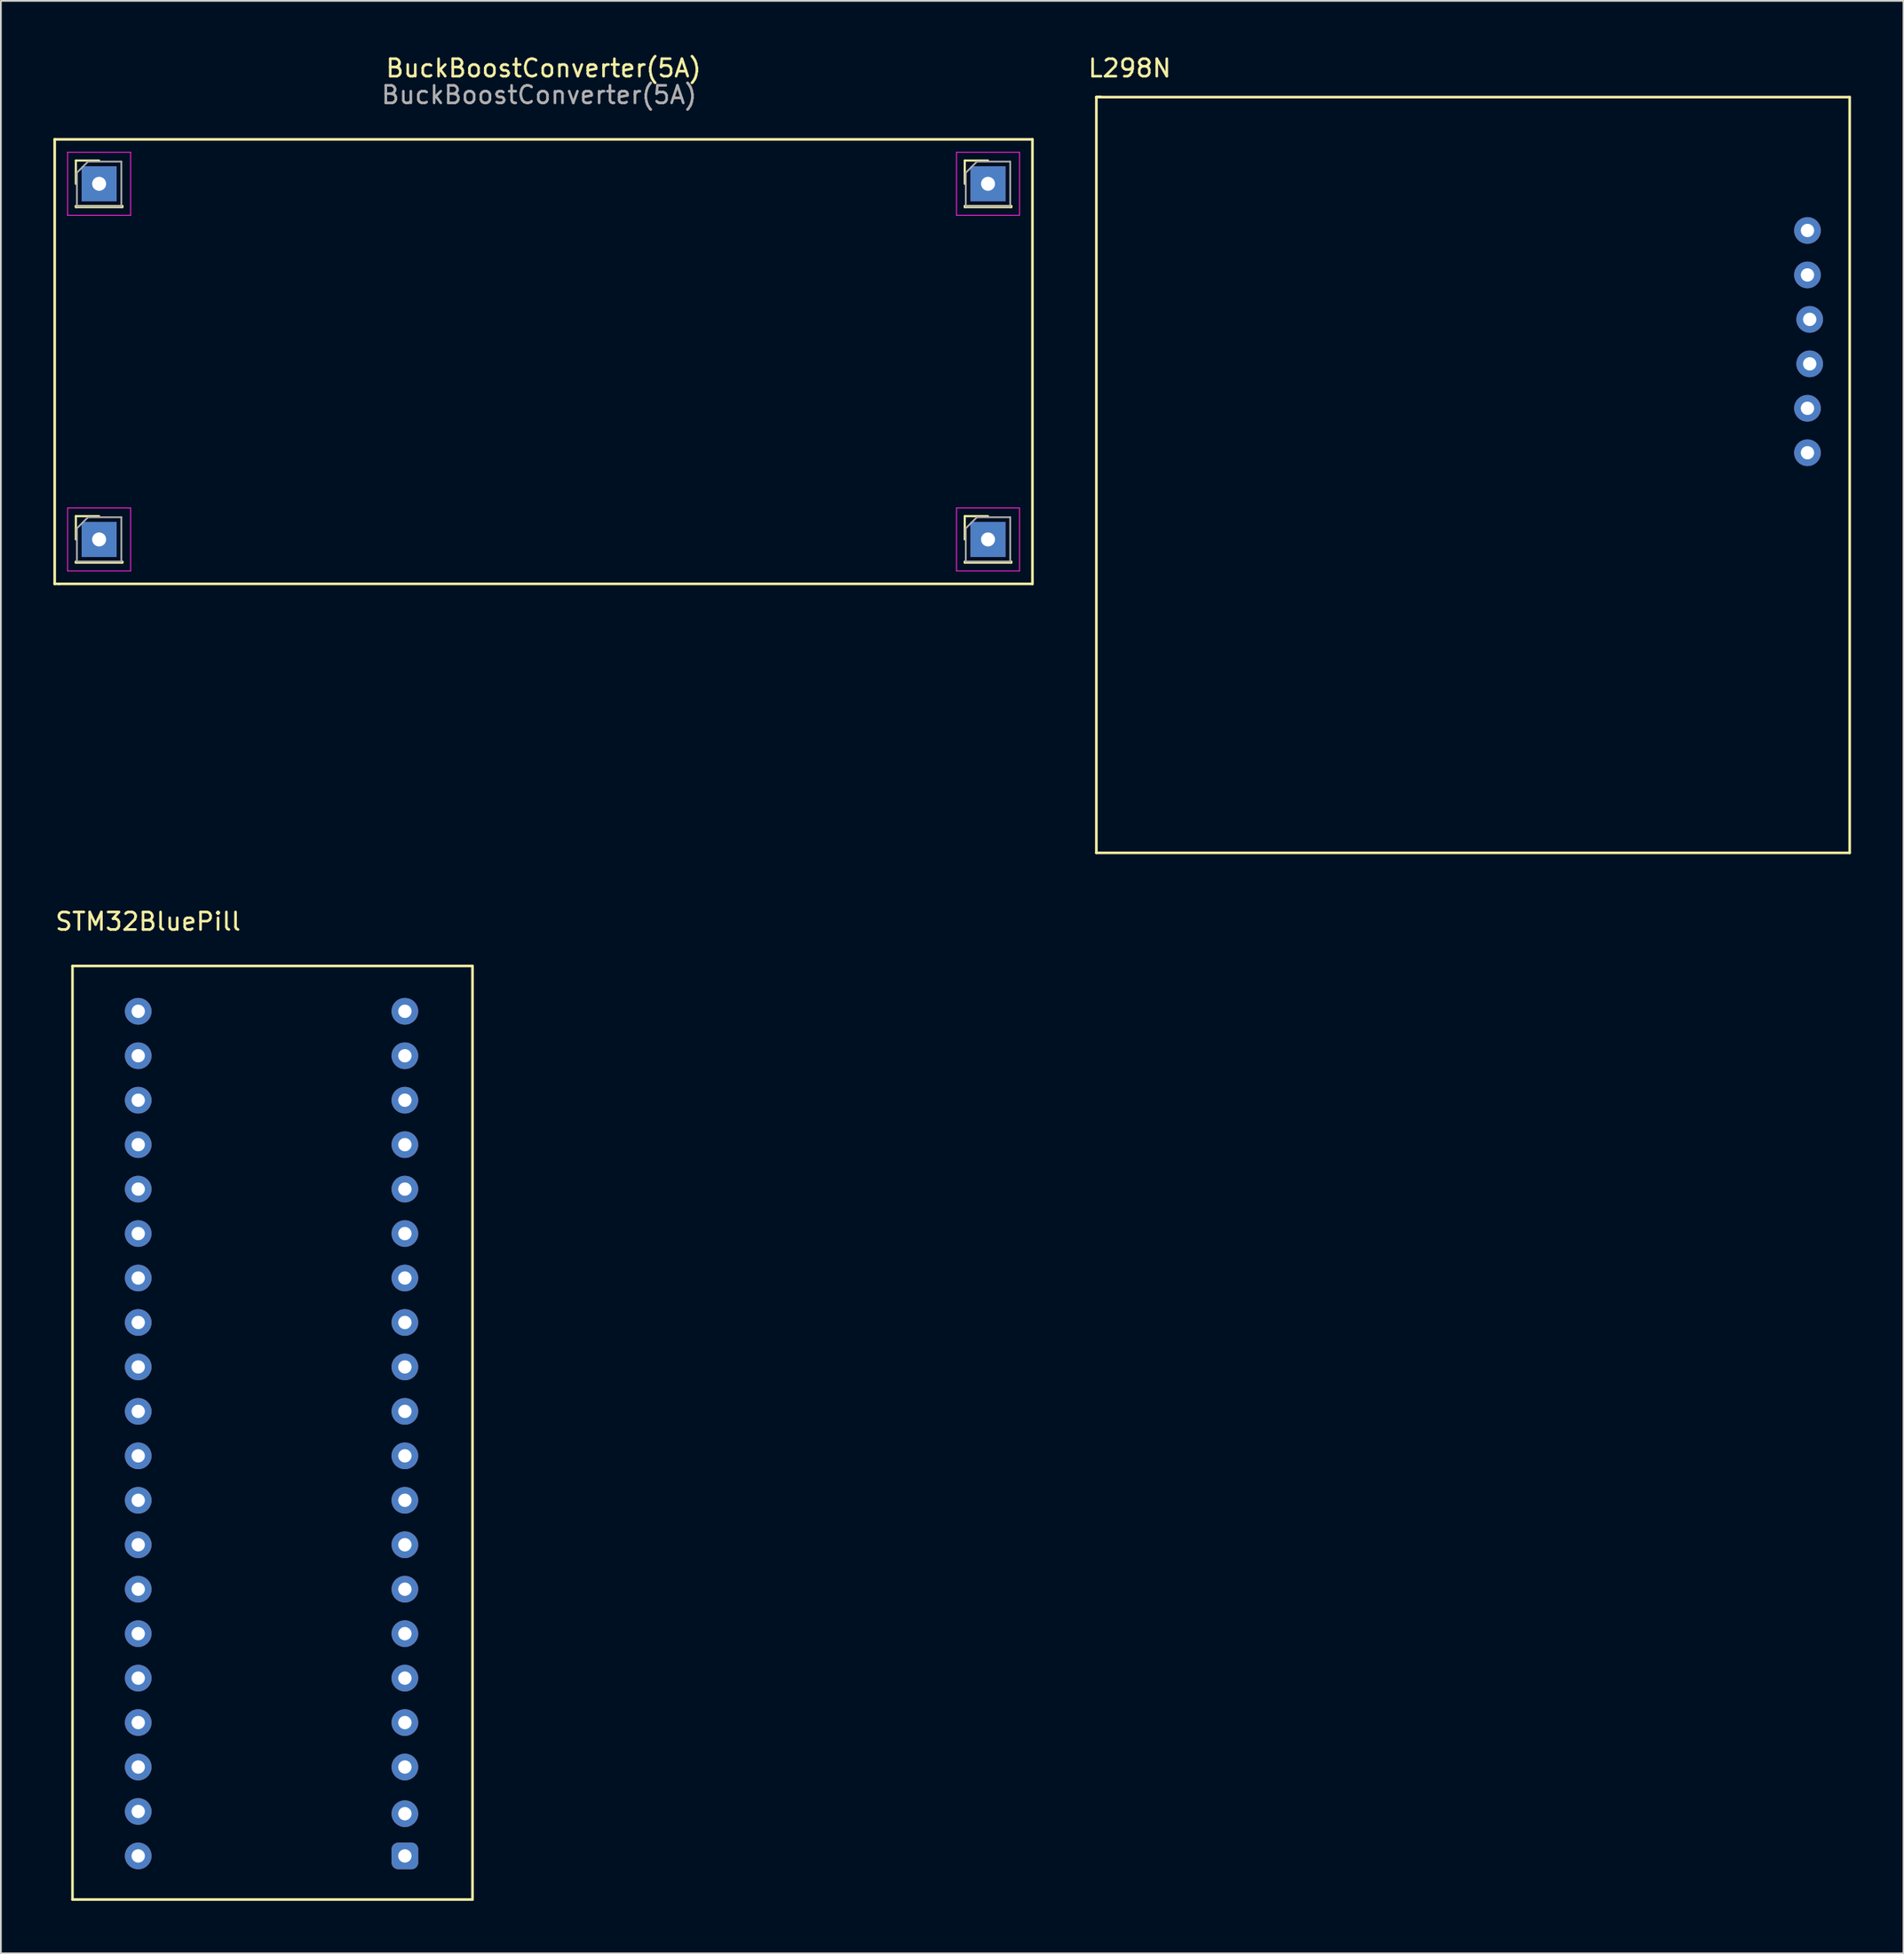
<source format=kicad_pcb>
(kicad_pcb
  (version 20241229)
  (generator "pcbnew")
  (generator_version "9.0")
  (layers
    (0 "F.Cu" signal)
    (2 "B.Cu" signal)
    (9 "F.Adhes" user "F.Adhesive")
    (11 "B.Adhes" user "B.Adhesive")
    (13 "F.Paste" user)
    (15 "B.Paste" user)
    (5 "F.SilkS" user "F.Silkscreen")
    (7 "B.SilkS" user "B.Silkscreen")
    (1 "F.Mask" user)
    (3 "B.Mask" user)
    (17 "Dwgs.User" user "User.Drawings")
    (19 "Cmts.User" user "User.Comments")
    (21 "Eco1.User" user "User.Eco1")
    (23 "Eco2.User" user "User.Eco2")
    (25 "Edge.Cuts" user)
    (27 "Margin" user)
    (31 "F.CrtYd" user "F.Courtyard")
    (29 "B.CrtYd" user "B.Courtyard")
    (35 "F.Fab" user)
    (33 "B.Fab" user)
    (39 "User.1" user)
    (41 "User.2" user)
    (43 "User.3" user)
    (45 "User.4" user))
  (footprint "STM32BluePill"
    (layer "F.Cu")
    (at 12.269 77.543)
    (property "Reference" "STM32BluePill" (at -6.858 -27.94 180) (layer "F.SilkS") (effects (font (size 1 1) (thickness 0.15))))
    (attr through_hole)
    (fp_line (start -11.176 -25.4) (end -11.176 27.94) (stroke (width 0.15) (type solid)) (layer "F.SilkS"))
    (fp_line (start 11.684 -25.4) (end -11.176 -25.4) (stroke (width 0.15) (type solid)) (layer "F.SilkS"))
    (fp_line (start 11.684 27.94) (end -11.176 27.94) (stroke (width 0.15) (type solid)) (layer "F.SilkS"))
    (fp_line (start 11.684 27.94) (end 11.684 -25.4) (stroke (width 0.15) (type solid)) (layer "F.SilkS"))
    (pad "1" thru_hole roundrect (at 7.82 25.45 90) (size 1.524 1.524) (drill 0.762) (layers "*.Cu" "*.Mask") (roundrect_rratio 0.25))
    (pad "2" thru_hole circle (at 7.82 23.037 90) (size 1.524 1.524) (drill 0.762) (layers "*.Cu" "*.Mask"))
    (pad "3" thru_hole circle (at 7.82 20.37 90) (size 1.524 1.524) (drill 0.762) (layers "*.Cu" "*.Mask"))
    (pad "3V3" thru_hole circle (at -7.42 25.45 90) (size 1.524 1.524) (drill 0.762) (layers "*.Cu" "*.Mask"))
    (pad "3V3" thru_hole circle (at 7.82 -17.73 90) (size 1.524 1.524) (drill 0.762) (layers "*.Cu" "*.Mask"))
    (pad "4" thru_hole circle (at 7.82 17.83 90) (size 1.524 1.524) (drill 0.762) (layers "*.Cu" "*.Mask"))
    (pad "5V" thru_hole circle (at -7.42 20.37 90) (size 1.524 1.524) (drill 0.762) (layers "*.Cu" "*.Mask"))
    (pad "7" thru_hole circle (at 7.82 -15.19 90) (size 1.524 1.524) (drill 0.762) (layers "*.Cu" "*.Mask"))
    (pad "10" thru_hole circle (at 7.82 15.29 90) (size 1.524 1.524) (drill 0.762) (layers "*.Cu" "*.Mask"))
    (pad "11" thru_hole circle (at 7.82 12.75 90) (size 1.524 1.524) (drill 0.762) (layers "*.Cu" "*.Mask"))
    (pad "12" thru_hole circle (at 7.82 10.21 90) (size 1.524 1.524) (drill 0.762) (layers "*.Cu" "*.Mask"))
    (pad "13" thru_hole circle (at 7.82 7.67 90) (size 1.524 1.524) (drill 0.762) (layers "*.Cu" "*.Mask"))
    (pad "14" thru_hole circle (at 7.82 5.13 90) (size 1.524 1.524) (drill 0.762) (layers "*.Cu" "*.Mask"))
    (pad "15" thru_hole circle (at 7.82 2.59 90) (size 1.524 1.524) (drill 0.762) (layers "*.Cu" "*.Mask"))
    (pad "16" thru_hole circle (at 7.82 0.05 90) (size 1.524 1.524) (drill 0.762) (layers "*.Cu" "*.Mask"))
    (pad "17" thru_hole circle (at 7.82 -2.49 90) (size 1.524 1.524) (drill 0.762) (layers "*.Cu" "*.Mask"))
    (pad "18" thru_hole circle (at 7.82 -5.03 90) (size 1.524 1.524) (drill 0.762) (layers "*.Cu" "*.Mask"))
    (pad "19" thru_hole circle (at 7.82 -7.57 90) (size 1.524 1.524) (drill 0.762) (layers "*.Cu" "*.Mask"))
    (pad "21" thru_hole circle (at 7.82 -10.11 90) (size 1.524 1.524) (drill 0.762) (layers "*.Cu" "*.Mask"))
    (pad "22" thru_hole circle (at 7.82 -12.65 90) (size 1.524 1.524) (drill 0.762) (layers "*.Cu" "*.Mask"))
    (pad "25" thru_hole circle (at -7.42 -22.81 90) (size 1.524 1.524) (drill 0.762) (layers "*.Cu" "*.Mask"))
    (pad "26" thru_hole circle (at -7.42 -20.27 90) (size 1.524 1.524) (drill 0.762) (layers "*.Cu" "*.Mask"))
    (pad "27" thru_hole circle (at -7.42 -17.73 90) (size 1.524 1.524) (drill 0.762) (layers "*.Cu" "*.Mask"))
    (pad "28" thru_hole circle (at -7.42 -15.19 90) (size 1.524 1.524) (drill 0.762) (layers "*.Cu" "*.Mask"))
    (pad "29" thru_hole circle (at -7.42 -12.65 90) (size 1.524 1.524) (drill 0.762) (layers "*.Cu" "*.Mask"))
    (pad "30" thru_hole circle (at -7.42 -10.11 90) (size 1.524 1.524) (drill 0.762) (layers "*.Cu" "*.Mask"))
    (pad "31" thru_hole circle (at -7.42 -7.57 90) (size 1.524 1.524) (drill 0.762) (layers "*.Cu" "*.Mask"))
    (pad "32" thru_hole circle (at -7.42 -5.03 90) (size 1.524 1.524) (drill 0.762) (layers "*.Cu" "*.Mask"))
    (pad "33" thru_hole circle (at -7.42 -2.49 90) (size 1.524 1.524) (drill 0.762) (layers "*.Cu" "*.Mask"))
    (pad "38" thru_hole circle (at -7.42 0.05 90) (size 1.524 1.524) (drill 0.762) (layers "*.Cu" "*.Mask"))
    (pad "39" thru_hole circle (at -7.42 2.59 90) (size 1.524 1.524) (drill 0.762) (layers "*.Cu" "*.Mask"))
    (pad "40" thru_hole circle (at -7.42 5.13 90) (size 1.524 1.524) (drill 0.762) (layers "*.Cu" "*.Mask"))
    (pad "41" thru_hole circle (at -7.42 7.67 90) (size 1.524 1.524) (drill 0.762) (layers "*.Cu" "*.Mask"))
    (pad "42" thru_hole circle (at -7.42 10.21 90) (size 1.524 1.524) (drill 0.762) (layers "*.Cu" "*.Mask"))
    (pad "43" thru_hole circle (at -7.42 12.75 90) (size 1.524 1.524) (drill 0.762) (layers "*.Cu" "*.Mask"))
    (pad "45" thru_hole circle (at -7.42 15.29 90) (size 1.524 1.524) (drill 0.762) (layers "*.Cu" "*.Mask"))
    (pad "46" thru_hole circle (at -7.42 17.83 90) (size 1.524 1.524) (drill 0.762) (layers "*.Cu" "*.Mask"))
    (pad "GND" thru_hole circle (at -7.42 22.91 90) (size 1.524 1.524) (drill 0.762) (layers "*.Cu" "*.Mask"))
    (pad "GND" thru_hole circle (at 7.82 -22.81 90) (size 1.524 1.524) (drill 0.762) (layers "*.Cu" "*.Mask"))
    (pad "GND" thru_hole circle (at 7.82 -20.27 90) (size 1.524 1.524) (drill 0.762) (layers "*.Cu" "*.Mask")))
  (footprint "L298N"
    (layer "F.Cu")
    (at 91.357 16.469)
    (property "Reference" "L298N" (at -29.845 -15.621 0) (layer "F.SilkS") (effects (font (size 1 1) (thickness 0.15))))
    (attr through_hole)
    (fp_line (start -31.75 -13.97) (end -31.75 29.21) (stroke (width 0.15) (type solid)) (layer "F.SilkS"))
    (fp_line (start -31.75 -13.97) (end -31.496 -13.97) (stroke (width 0.15) (type solid)) (layer "F.SilkS"))
    (fp_line (start -31.75 29.21) (end 11.303 29.21) (stroke (width 0.15) (type solid)) (layer "F.SilkS"))
    (fp_line (start -31.496 -13.97) (end -31.75 -13.97) (stroke (width 0.15) (type solid)) (layer "F.SilkS"))
    (fp_line (start 11.3 -13.97) (end -31.623 -13.97) (stroke (width 0.15) (type solid)) (layer "F.SilkS"))
    (fp_line (start 11.303 29.21) (end 11.303 -13.97) (stroke (width 0.15) (type solid)) (layer "F.SilkS"))
    (pad "1" thru_hole circle (at 8.89 -6.35) (size 1.524 1.524) (drill 0.762) (layers "*.Cu" "*.Mask"))
    (pad "2" thru_hole circle (at 8.89 -3.81) (size 1.524 1.524) (drill 0.762) (layers "*.Cu" "*.Mask"))
    (pad "3" thru_hole circle (at 9.017 -1.27) (size 1.524 1.524) (drill 0.762) (layers "*.Cu" "*.Mask"))
    (pad "4" thru_hole circle (at 9.017 1.27) (size 1.524 1.524) (drill 0.762) (layers "*.Cu" "*.Mask"))
    (pad "5" thru_hole circle (at 8.89 3.81) (size 1.524 1.524) (drill 0.762) (layers "*.Cu" "*.Mask"))
    (pad "6" thru_hole circle (at 8.89 6.35) (size 1.524 1.524) (drill 0.762) (layers "*.Cu" "*.Mask")))
  (footprint "BuckBoostConverter(5A)"
    (layer "F.Cu")
    (at 28.015 17.104)
    (property "Reference" "BuckBoostConverter(5A)" (at 0 -16.256 0) (layer "F.SilkS") (effects (font (size 1 1) (thickness 0.15))))
    (attr through_hole)
    (fp_line (start -27.94 -12.192) (end 27.94 -12.192) (stroke (width 0.15) (type solid)) (layer "F.SilkS"))
    (fp_line (start -27.94 13.208) (end -27.94 -12.192) (stroke (width 0.15) (type solid)) (layer "F.SilkS"))
    (fp_line (start -27.686 13.208) (end -27.94 13.208) (stroke (width 0.15) (type solid)) (layer "F.SilkS"))
    (fp_line (start -26.73 -10.982) (end -25.4 -10.982) (stroke (width 0.12) (type solid)) (layer "F.SilkS"))
    (fp_line (start -26.73 -9.652) (end -26.73 -10.982) (stroke (width 0.12) (type solid)) (layer "F.SilkS"))
    (fp_line (start -26.73 -8.382) (end -26.73 -8.322) (stroke (width 0.12) (type solid)) (layer "F.SilkS"))
    (fp_line (start -26.73 -8.382) (end -24.07 -8.382) (stroke (width 0.12) (type solid)) (layer "F.SilkS"))
    (fp_line (start -26.73 -8.322) (end -24.07 -8.322) (stroke (width 0.12) (type solid)) (layer "F.SilkS"))
    (fp_line (start -26.73 9.338) (end -25.4 9.338) (stroke (width 0.12) (type solid)) (layer "F.SilkS"))
    (fp_line (start -26.73 10.668) (end -26.73 9.338) (stroke (width 0.12) (type solid)) (layer "F.SilkS"))
    (fp_line (start -26.73 11.938) (end -26.73 11.998) (stroke (width 0.12) (type solid)) (layer "F.SilkS"))
    (fp_line (start -26.73 11.938) (end -24.07 11.938) (stroke (width 0.12) (type solid)) (layer "F.SilkS"))
    (fp_line (start -26.73 11.998) (end -24.07 11.998) (stroke (width 0.12) (type solid)) (layer "F.SilkS"))
    (fp_line (start -24.07 -8.382) (end -24.07 -8.322) (stroke (width 0.12) (type solid)) (layer "F.SilkS"))
    (fp_line (start -24.07 11.938) (end -24.07 11.998) (stroke (width 0.12) (type solid)) (layer "F.SilkS"))
    (fp_line (start 24.07 -10.982) (end 25.4 -10.982) (stroke (width 0.12) (type solid)) (layer "F.SilkS"))
    (fp_line (start 24.07 -9.652) (end 24.07 -10.982) (stroke (width 0.12) (type solid)) (layer "F.SilkS"))
    (fp_line (start 24.07 -8.382) (end 24.07 -8.322) (stroke (width 0.12) (type solid)) (layer "F.SilkS"))
    (fp_line (start 24.07 -8.382) (end 26.73 -8.382) (stroke (width 0.12) (type solid)) (layer "F.SilkS"))
    (fp_line (start 24.07 -8.322) (end 26.73 -8.322) (stroke (width 0.12) (type solid)) (layer "F.SilkS"))
    (fp_line (start 24.07 9.338) (end 25.4 9.338) (stroke (width 0.12) (type solid)) (layer "F.SilkS"))
    (fp_line (start 24.07 10.668) (end 24.07 9.338) (stroke (width 0.12) (type solid)) (layer "F.SilkS"))
    (fp_line (start 24.07 11.938) (end 24.07 11.998) (stroke (width 0.12) (type solid)) (layer "F.SilkS"))
    (fp_line (start 24.07 11.938) (end 26.73 11.938) (stroke (width 0.12) (type solid)) (layer "F.SilkS"))
    (fp_line (start 24.07 11.998) (end 26.73 11.998) (stroke (width 0.12) (type solid)) (layer "F.SilkS"))
    (fp_line (start 26.73 -8.382) (end 26.73 -8.322) (stroke (width 0.12) (type solid)) (layer "F.SilkS"))
    (fp_line (start 26.73 11.938) (end 26.73 11.998) (stroke (width 0.12) (type solid)) (layer "F.SilkS"))
    (fp_line (start 27.94 -12.192) (end 27.94 13.208) (stroke (width 0.15) (type solid)) (layer "F.SilkS"))
    (fp_line (start 27.94 13.208) (end -27.686 13.208) (stroke (width 0.15) (type solid)) (layer "F.SilkS"))
    (fp_line (start -27.2 -11.452) (end -27.2 -7.852) (stroke (width 0.05) (type solid)) (layer "F.CrtYd"))
    (fp_line (start -27.2 -7.852) (end -23.6 -7.852) (stroke (width 0.05) (type solid)) (layer "F.CrtYd"))
    (fp_line (start -27.2 8.868) (end -27.2 12.468) (stroke (width 0.05) (type solid)) (layer "F.CrtYd"))
    (fp_line (start -27.2 12.468) (end -23.6 12.468) (stroke (width 0.05) (type solid)) (layer "F.CrtYd"))
    (fp_line (start -23.6 -11.452) (end -27.2 -11.452) (stroke (width 0.05) (type solid)) (layer "F.CrtYd"))
    (fp_line (start -23.6 -7.852) (end -23.6 -11.452) (stroke (width 0.05) (type solid)) (layer "F.CrtYd"))
    (fp_line (start -23.6 8.868) (end -27.2 8.868) (stroke (width 0.05) (type solid)) (layer "F.CrtYd"))
    (fp_line (start -23.6 12.468) (end -23.6 8.868) (stroke (width 0.05) (type solid)) (layer "F.CrtYd"))
    (fp_line (start 23.6 -11.452) (end 23.6 -7.852) (stroke (width 0.05) (type solid)) (layer "F.CrtYd"))
    (fp_line (start 23.6 -7.852) (end 27.2 -7.852) (stroke (width 0.05) (type solid)) (layer "F.CrtYd"))
    (fp_line (start 23.6 8.868) (end 23.6 12.468) (stroke (width 0.05) (type solid)) (layer "F.CrtYd"))
    (fp_line (start 23.6 12.468) (end 27.2 12.468) (stroke (width 0.05) (type solid)) (layer "F.CrtYd"))
    (fp_line (start 27.2 -11.452) (end 23.6 -11.452) (stroke (width 0.05) (type solid)) (layer "F.CrtYd"))
    (fp_line (start 27.2 -7.852) (end 27.2 -11.452) (stroke (width 0.05) (type solid)) (layer "F.CrtYd"))
    (fp_line (start 27.2 8.868) (end 23.6 8.868) (stroke (width 0.05) (type solid)) (layer "F.CrtYd"))
    (fp_line (start 27.2 12.468) (end 27.2 8.868) (stroke (width 0.05) (type solid)) (layer "F.CrtYd"))
    (fp_line (start -26.67 -10.287) (end -26.035 -10.922) (stroke (width 0.1) (type solid)) (layer "F.Fab"))
    (fp_line (start -26.67 -8.382) (end -26.67 -10.287) (stroke (width 0.1) (type solid)) (layer "F.Fab"))
    (fp_line (start -26.67 10.033) (end -26.035 9.398) (stroke (width 0.1) (type solid)) (layer "F.Fab"))
    (fp_line (start -26.67 11.938) (end -26.67 10.033) (stroke (width 0.1) (type solid)) (layer "F.Fab"))
    (fp_line (start -26.035 -10.922) (end -24.13 -10.922) (stroke (width 0.1) (type solid)) (layer "F.Fab"))
    (fp_line (start -26.035 9.398) (end -24.13 9.398) (stroke (width 0.1) (type solid)) (layer "F.Fab"))
    (fp_line (start -24.13 -10.922) (end -24.13 -8.382) (stroke (width 0.1) (type solid)) (layer "F.Fab"))
    (fp_line (start -24.13 -8.382) (end -26.67 -8.382) (stroke (width 0.1) (type solid)) (layer "F.Fab"))
    (fp_line (start -24.13 9.398) (end -24.13 11.938) (stroke (width 0.1) (type solid)) (layer "F.Fab"))
    (fp_line (start -24.13 11.938) (end -26.67 11.938) (stroke (width 0.1) (type solid)) (layer "F.Fab"))
    (fp_line (start 24.13 -10.287) (end 24.765 -10.922) (stroke (width 0.1) (type solid)) (layer "F.Fab"))
    (fp_line (start 24.13 -8.382) (end 24.13 -10.287) (stroke (width 0.1) (type solid)) (layer "F.Fab"))
    (fp_line (start 24.13 10.033) (end 24.765 9.398) (stroke (width 0.1) (type solid)) (layer "F.Fab"))
    (fp_line (start 24.13 11.938) (end 24.13 10.033) (stroke (width 0.1) (type solid)) (layer "F.Fab"))
    (fp_line (start 24.765 -10.922) (end 26.67 -10.922) (stroke (width 0.1) (type solid)) (layer "F.Fab"))
    (fp_line (start 24.765 9.398) (end 26.67 9.398) (stroke (width 0.1) (type solid)) (layer "F.Fab"))
    (fp_line (start 26.67 -10.922) (end 26.67 -8.382) (stroke (width 0.1) (type solid)) (layer "F.Fab"))
    (fp_line (start 26.67 -8.382) (end 24.13 -8.382) (stroke (width 0.1) (type solid)) (layer "F.Fab"))
    (fp_line (start 26.67 9.398) (end 26.67 11.938) (stroke (width 0.1) (type solid)) (layer "F.Fab"))
    (fp_line (start 26.67 11.938) (end 24.13 11.938) (stroke (width 0.1) (type solid)) (layer "F.Fab"))
    (fp_text user "${REFERENCE}" (at -0.254 -14.732 180) (layer "F.Fab") (effects (font (size 1 1) (thickness 0.15))))
    (pad "1" thru_hole rect (at -25.4 -9.652) (size 2 2) (drill 0.8) (layers "*.Cu" "*.Mask"))
    (pad "1" thru_hole rect (at -25.4 10.668) (size 2 2) (drill 0.8) (layers "*.Cu" "*.Mask"))
    (pad "1" thru_hole rect (at 25.4 -9.652) (size 2 2) (drill 0.8) (layers "*.Cu" "*.Mask"))
    (pad "1" thru_hole rect (at 25.4 10.668) (size 2 2) (drill 0.8) (layers "*.Cu" "*.Mask")))
  (gr_rect
    (start -3 -3)
    (end 105.735 108.558)
    (stroke (width 0.1) (type default))
    (fill no)
    (layer "Edge.Cuts")))
</source>
